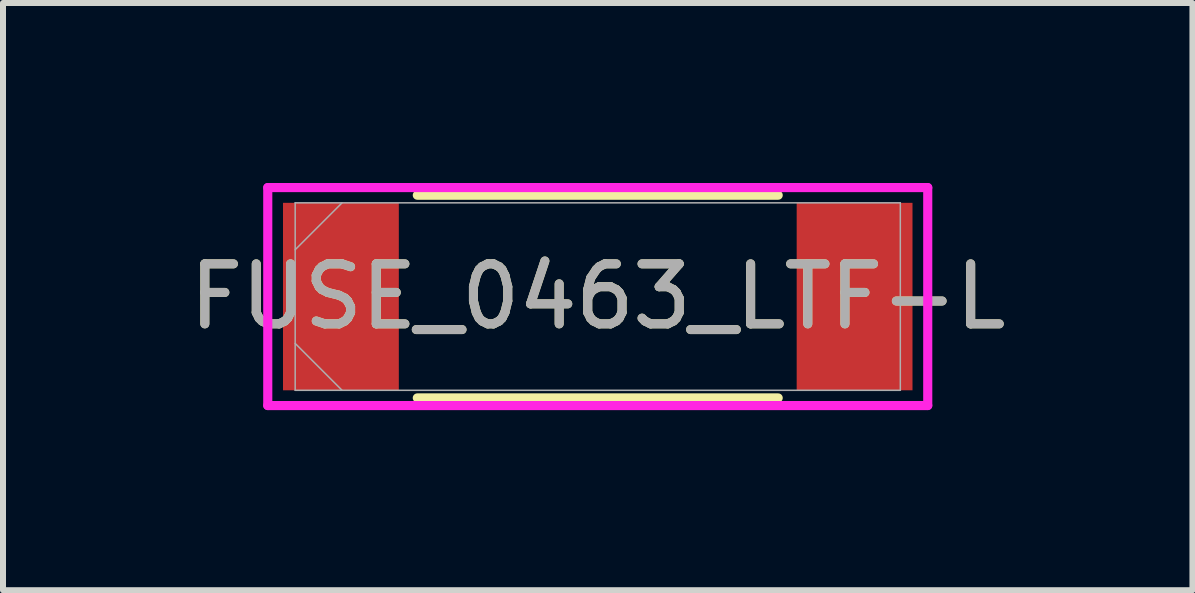
<source format=kicad_pcb>
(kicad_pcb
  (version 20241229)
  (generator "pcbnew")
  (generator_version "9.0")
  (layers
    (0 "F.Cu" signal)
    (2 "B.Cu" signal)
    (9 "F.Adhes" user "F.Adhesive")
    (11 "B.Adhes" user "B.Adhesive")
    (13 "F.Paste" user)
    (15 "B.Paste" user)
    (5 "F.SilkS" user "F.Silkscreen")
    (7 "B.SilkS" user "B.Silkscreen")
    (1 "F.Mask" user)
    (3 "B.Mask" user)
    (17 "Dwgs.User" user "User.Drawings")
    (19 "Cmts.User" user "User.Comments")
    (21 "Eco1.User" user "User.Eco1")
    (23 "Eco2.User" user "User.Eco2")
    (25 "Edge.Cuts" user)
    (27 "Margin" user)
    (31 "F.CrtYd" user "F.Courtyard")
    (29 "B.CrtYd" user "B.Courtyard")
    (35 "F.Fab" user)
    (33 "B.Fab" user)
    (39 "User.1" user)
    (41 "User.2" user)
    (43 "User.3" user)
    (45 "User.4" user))
  (footprint "FUSE_0463_LTF-L"
    (layer "F.Cu")
    (at 6.911 1.892)
    (property "Reference" "FUSE_0463_LTF-L" (at 0 0 0) (unlocked yes) (layer "F.SilkS") (effects (font (size 1 1) (thickness 0.15))))
    (attr smd)
    (fp_line (start -3.007 1.689) (end 3.007 1.689) (stroke (width 0.152) (type solid)) (layer "F.SilkS"))
    (fp_line (start 3.007 -1.689) (end -3.007 -1.689) (stroke (width 0.152) (type solid)) (layer "F.SilkS"))
    (fp_line (start -5.499 -1.816) (end 5.499 -1.816) (stroke (width 0.152) (type solid)) (layer "F.CrtYd"))
    (fp_line (start -5.499 1.816) (end -5.499 -1.816) (stroke (width 0.152) (type solid)) (layer "F.CrtYd"))
    (fp_line (start 5.499 -1.816) (end 5.499 1.816) (stroke (width 0.152) (type solid)) (layer "F.CrtYd"))
    (fp_line (start 5.499 1.816) (end -5.499 1.816) (stroke (width 0.152) (type solid)) (layer "F.CrtYd"))
    (fp_line (start -5.042 -1.562) (end -5.042 1.562) (stroke (width 0.025) (type solid)) (layer "F.Fab"))
    (fp_line (start -5.042 -0.781) (end -4.261 -1.562) (stroke (width 0.025) (type solid)) (layer "F.Fab"))
    (fp_line (start -5.042 0.781) (end -4.261 1.562) (stroke (width 0.025) (type solid)) (layer "F.Fab"))
    (fp_line (start -5.042 1.562) (end 5.042 1.562) (stroke (width 0.025) (type solid)) (layer "F.Fab"))
    (fp_line (start 5.042 -1.562) (end -5.042 -1.562) (stroke (width 0.025) (type solid)) (layer "F.Fab"))
    (fp_line (start 5.042 1.562) (end 5.042 -1.562) (stroke (width 0.025) (type solid)) (layer "F.Fab"))
    (fp_text user "${REFERENCE}" (at 0 0 0) (unlocked yes) (layer "F.Fab") (effects (font (size 1 1) (thickness 0.15))))
    (pad "1" smd rect (at -4.28 0) (size 1.93 3.124) (layers "F.Cu" "F.Mask" "F.Paste"))
    (pad "2" smd rect (at 4.28 0) (size 1.93 3.124) (layers "F.Cu" "F.Mask" "F.Paste"))
    (zone (net_name "") (layer "F.Cu") (hatch full 0.508) (connect_pads) (min_thickness 0.254) (filled_areas_thickness no) (keepout (tracks not_allowed) (vias not_allowed) (pads allowed) (copperpour not_allowed) (footprints allowed)) (placement (enabled no)) (fill) (polygon (pts (xy 3.647 0.381) (xy 10.175 0.381) (xy 10.175 3.404) (xy 3.647 3.404)))))
  (gr_rect
    (start -3 -3)
    (end 16.821 6.785)
    (stroke (width 0.1) (type default))
    (fill no)
    (layer "Edge.Cuts")))
</source>
